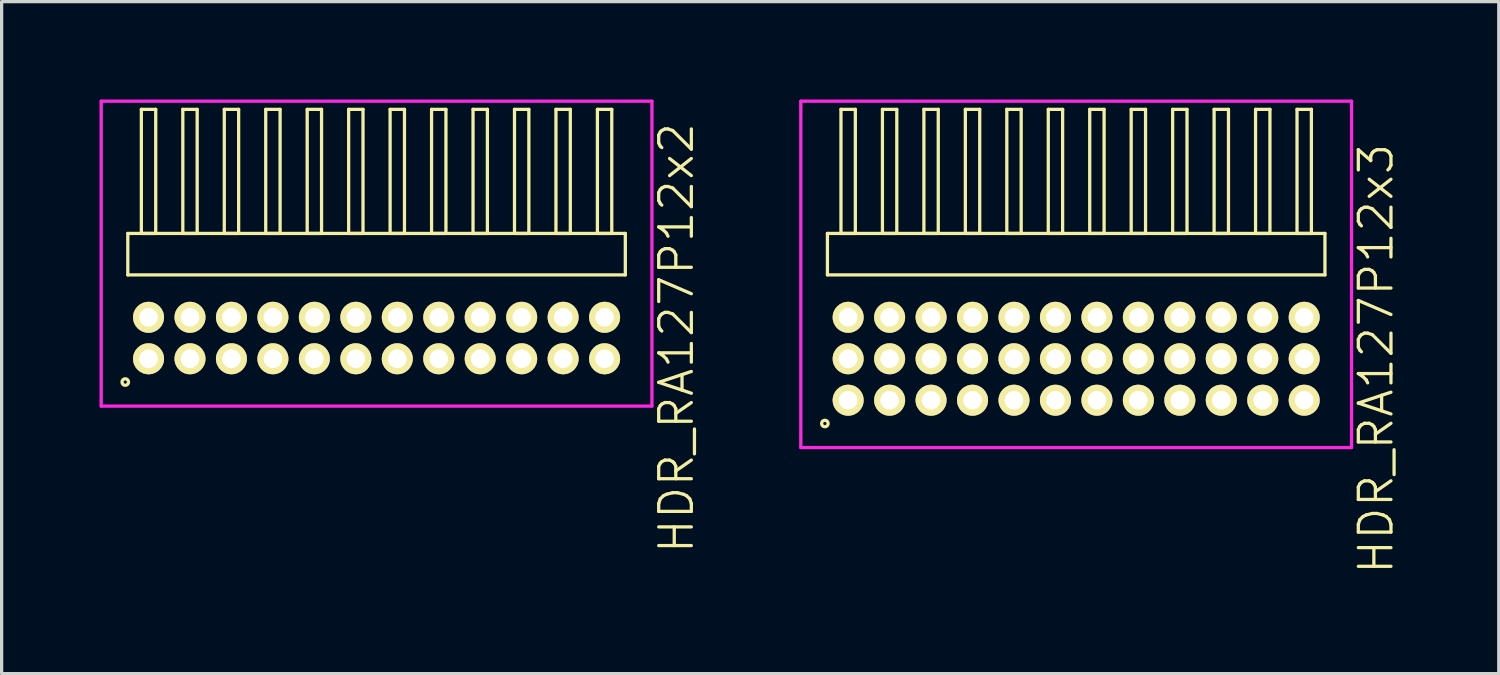
<source format=kicad_pcb>
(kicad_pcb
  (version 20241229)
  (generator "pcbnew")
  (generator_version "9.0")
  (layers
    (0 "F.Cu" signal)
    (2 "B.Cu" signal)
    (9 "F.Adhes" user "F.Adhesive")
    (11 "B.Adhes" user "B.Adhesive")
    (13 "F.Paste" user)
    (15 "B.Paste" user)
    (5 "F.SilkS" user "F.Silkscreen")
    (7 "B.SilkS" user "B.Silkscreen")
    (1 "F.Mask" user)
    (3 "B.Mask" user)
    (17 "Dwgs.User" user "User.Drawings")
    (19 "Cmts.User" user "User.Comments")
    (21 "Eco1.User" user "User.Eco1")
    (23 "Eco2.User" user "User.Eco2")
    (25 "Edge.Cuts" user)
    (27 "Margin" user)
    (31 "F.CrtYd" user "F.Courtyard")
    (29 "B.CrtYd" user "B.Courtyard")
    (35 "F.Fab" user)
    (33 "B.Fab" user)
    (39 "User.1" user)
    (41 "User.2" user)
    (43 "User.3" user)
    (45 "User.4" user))
  (footprint "HDR_RA127P12x3"
    (layer "F.Cu")
    (at 29.916 7.94)
    (property "Reference" "HDR_RA127P12x3" (at 9.185 0 90) (layer "F.SilkS") (effects (font (size 1 1) (thickness 0.1))))
    (attr through_hole)
    (fp_line (start -7.62 -3.84) (end -7.62 -2.57) (stroke (width 0.1) (type solid)) (layer "F.SilkS"))
    (fp_line (start -7.62 -2.57) (end 7.62 -2.57) (stroke (width 0.1) (type solid)) (layer "F.SilkS"))
    (fp_line (start -7.205 -7.64) (end -7.205 -3.84) (stroke (width 0.1) (type solid)) (layer "F.SilkS"))
    (fp_line (start -7.205 -3.84) (end -6.765 -3.84) (stroke (width 0.1) (type solid)) (layer "F.SilkS"))
    (fp_line (start -6.765 -7.64) (end -7.205 -7.64) (stroke (width 0.1) (type solid)) (layer "F.SilkS"))
    (fp_line (start -6.765 -3.84) (end -6.765 -7.64) (stroke (width 0.1) (type solid)) (layer "F.SilkS"))
    (fp_line (start -5.935 -7.64) (end -5.935 -3.84) (stroke (width 0.1) (type solid)) (layer "F.SilkS"))
    (fp_line (start -5.935 -3.84) (end -5.495 -3.84) (stroke (width 0.1) (type solid)) (layer "F.SilkS"))
    (fp_line (start -5.495 -7.64) (end -5.935 -7.64) (stroke (width 0.1) (type solid)) (layer "F.SilkS"))
    (fp_line (start -5.495 -3.84) (end -5.495 -7.64) (stroke (width 0.1) (type solid)) (layer "F.SilkS"))
    (fp_line (start -4.665 -7.64) (end -4.665 -3.84) (stroke (width 0.1) (type solid)) (layer "F.SilkS"))
    (fp_line (start -4.665 -3.84) (end -4.225 -3.84) (stroke (width 0.1) (type solid)) (layer "F.SilkS"))
    (fp_line (start -4.225 -7.64) (end -4.665 -7.64) (stroke (width 0.1) (type solid)) (layer "F.SilkS"))
    (fp_line (start -4.225 -3.84) (end -4.225 -7.64) (stroke (width 0.1) (type solid)) (layer "F.SilkS"))
    (fp_line (start -3.395 -7.64) (end -3.395 -3.84) (stroke (width 0.1) (type solid)) (layer "F.SilkS"))
    (fp_line (start -3.395 -3.84) (end -2.955 -3.84) (stroke (width 0.1) (type solid)) (layer "F.SilkS"))
    (fp_line (start -2.955 -7.64) (end -3.395 -7.64) (stroke (width 0.1) (type solid)) (layer "F.SilkS"))
    (fp_line (start -2.955 -3.84) (end -2.955 -7.64) (stroke (width 0.1) (type solid)) (layer "F.SilkS"))
    (fp_line (start -2.125 -7.64) (end -2.125 -3.84) (stroke (width 0.1) (type solid)) (layer "F.SilkS"))
    (fp_line (start -2.125 -3.84) (end -1.685 -3.84) (stroke (width 0.1) (type solid)) (layer "F.SilkS"))
    (fp_line (start -1.685 -7.64) (end -2.125 -7.64) (stroke (width 0.1) (type solid)) (layer "F.SilkS"))
    (fp_line (start -1.685 -3.84) (end -1.685 -7.64) (stroke (width 0.1) (type solid)) (layer "F.SilkS"))
    (fp_line (start -0.855 -7.64) (end -0.855 -3.84) (stroke (width 0.1) (type solid)) (layer "F.SilkS"))
    (fp_line (start -0.855 -3.84) (end -0.415 -3.84) (stroke (width 0.1) (type solid)) (layer "F.SilkS"))
    (fp_line (start -0.415 -7.64) (end -0.855 -7.64) (stroke (width 0.1) (type solid)) (layer "F.SilkS"))
    (fp_line (start -0.415 -3.84) (end -0.415 -7.64) (stroke (width 0.1) (type solid)) (layer "F.SilkS"))
    (fp_line (start 0.415 -7.64) (end 0.415 -3.84) (stroke (width 0.1) (type solid)) (layer "F.SilkS"))
    (fp_line (start 0.415 -3.84) (end 0.855 -3.84) (stroke (width 0.1) (type solid)) (layer "F.SilkS"))
    (fp_line (start 0.855 -7.64) (end 0.415 -7.64) (stroke (width 0.1) (type solid)) (layer "F.SilkS"))
    (fp_line (start 0.855 -3.84) (end 0.855 -7.64) (stroke (width 0.1) (type solid)) (layer "F.SilkS"))
    (fp_line (start 1.685 -7.64) (end 1.685 -3.84) (stroke (width 0.1) (type solid)) (layer "F.SilkS"))
    (fp_line (start 1.685 -3.84) (end 2.125 -3.84) (stroke (width 0.1) (type solid)) (layer "F.SilkS"))
    (fp_line (start 2.125 -7.64) (end 1.685 -7.64) (stroke (width 0.1) (type solid)) (layer "F.SilkS"))
    (fp_line (start 2.125 -3.84) (end 2.125 -7.64) (stroke (width 0.1) (type solid)) (layer "F.SilkS"))
    (fp_line (start 2.955 -7.64) (end 2.955 -3.84) (stroke (width 0.1) (type solid)) (layer "F.SilkS"))
    (fp_line (start 2.955 -3.84) (end 3.395 -3.84) (stroke (width 0.1) (type solid)) (layer "F.SilkS"))
    (fp_line (start 3.395 -7.64) (end 2.955 -7.64) (stroke (width 0.1) (type solid)) (layer "F.SilkS"))
    (fp_line (start 3.395 -3.84) (end 3.395 -7.64) (stroke (width 0.1) (type solid)) (layer "F.SilkS"))
    (fp_line (start 4.225 -7.64) (end 4.225 -3.84) (stroke (width 0.1) (type solid)) (layer "F.SilkS"))
    (fp_line (start 4.225 -3.84) (end 4.665 -3.84) (stroke (width 0.1) (type solid)) (layer "F.SilkS"))
    (fp_line (start 4.665 -7.64) (end 4.225 -7.64) (stroke (width 0.1) (type solid)) (layer "F.SilkS"))
    (fp_line (start 4.665 -3.84) (end 4.665 -7.64) (stroke (width 0.1) (type solid)) (layer "F.SilkS"))
    (fp_line (start 5.495 -7.64) (end 5.495 -3.84) (stroke (width 0.1) (type solid)) (layer "F.SilkS"))
    (fp_line (start 5.495 -3.84) (end 5.935 -3.84) (stroke (width 0.1) (type solid)) (layer "F.SilkS"))
    (fp_line (start 5.935 -7.64) (end 5.495 -7.64) (stroke (width 0.1) (type solid)) (layer "F.SilkS"))
    (fp_line (start 5.935 -3.84) (end 5.935 -7.64) (stroke (width 0.1) (type solid)) (layer "F.SilkS"))
    (fp_line (start 6.765 -7.64) (end 6.765 -3.84) (stroke (width 0.1) (type solid)) (layer "F.SilkS"))
    (fp_line (start 6.765 -3.84) (end 7.205 -3.84) (stroke (width 0.1) (type solid)) (layer "F.SilkS"))
    (fp_line (start 7.205 -7.64) (end 6.765 -7.64) (stroke (width 0.1) (type solid)) (layer "F.SilkS"))
    (fp_line (start 7.205 -3.84) (end 7.205 -7.64) (stroke (width 0.1) (type solid)) (layer "F.SilkS"))
    (fp_line (start 7.62 -3.84) (end -7.62 -3.84) (stroke (width 0.1) (type solid)) (layer "F.SilkS"))
    (fp_line (start 7.62 -2.57) (end 7.62 -3.84) (stroke (width 0.1) (type solid)) (layer "F.SilkS"))
    (fp_circle (center -7.698 1.983) (end -7.598 1.983) (stroke (width 0.1) (type solid)) (fill no) (layer "F.SilkS"))
    (fp_line (start -8.435 -7.89) (end -8.435 2.72) (stroke (width 0.1) (type solid)) (layer "F.CrtYd"))
    (fp_line (start -8.435 2.72) (end 8.435 2.72) (stroke (width 0.1) (type solid)) (layer "F.CrtYd"))
    (fp_line (start 8.435 -7.89) (end -8.435 -7.89) (stroke (width 0.1) (type solid)) (layer "F.CrtYd"))
    (fp_line (start 8.435 2.72) (end 8.435 -7.89) (stroke (width 0.1) (type solid)) (layer "F.CrtYd"))
    (pad "1" thru_hole oval (at -6.985 1.27) (size 0.95 0.95) (drill 0.57) (layers "*.Cu" "*.Mask" "F.SilkS"))
    (pad "2" thru_hole oval (at -6.985 0) (size 0.95 0.95) (drill 0.57) (layers "*.Cu" "*.Mask" "F.SilkS"))
    (pad "3" thru_hole oval (at -6.985 -1.27) (size 0.95 0.95) (drill 0.57) (layers "*.Cu" "*.Mask" "F.SilkS"))
    (pad "4" thru_hole oval (at -5.715 1.27) (size 0.95 0.95) (drill 0.57) (layers "*.Cu" "*.Mask" "F.SilkS"))
    (pad "5" thru_hole oval (at -5.715 0) (size 0.95 0.95) (drill 0.57) (layers "*.Cu" "*.Mask" "F.SilkS"))
    (pad "6" thru_hole oval (at -5.715 -1.27) (size 0.95 0.95) (drill 0.57) (layers "*.Cu" "*.Mask" "F.SilkS"))
    (pad "7" thru_hole oval (at -4.445 1.27) (size 0.95 0.95) (drill 0.57) (layers "*.Cu" "*.Mask" "F.SilkS"))
    (pad "8" thru_hole oval (at -4.445 0) (size 0.95 0.95) (drill 0.57) (layers "*.Cu" "*.Mask" "F.SilkS"))
    (pad "9" thru_hole oval (at -4.445 -1.27) (size 0.95 0.95) (drill 0.57) (layers "*.Cu" "*.Mask" "F.SilkS"))
    (pad "10" thru_hole oval (at -3.175 1.27) (size 0.95 0.95) (drill 0.57) (layers "*.Cu" "*.Mask" "F.SilkS"))
    (pad "11" thru_hole oval (at -3.175 0) (size 0.95 0.95) (drill 0.57) (layers "*.Cu" "*.Mask" "F.SilkS"))
    (pad "12" thru_hole oval (at -3.175 -1.27) (size 0.95 0.95) (drill 0.57) (layers "*.Cu" "*.Mask" "F.SilkS"))
    (pad "13" thru_hole oval (at -1.905 1.27) (size 0.95 0.95) (drill 0.57) (layers "*.Cu" "*.Mask" "F.SilkS"))
    (pad "14" thru_hole oval (at -1.905 0) (size 0.95 0.95) (drill 0.57) (layers "*.Cu" "*.Mask" "F.SilkS"))
    (pad "15" thru_hole oval (at -1.905 -1.27) (size 0.95 0.95) (drill 0.57) (layers "*.Cu" "*.Mask" "F.SilkS"))
    (pad "16" thru_hole oval (at -0.635 1.27) (size 0.95 0.95) (drill 0.57) (layers "*.Cu" "*.Mask" "F.SilkS"))
    (pad "17" thru_hole oval (at -0.635 0) (size 0.95 0.95) (drill 0.57) (layers "*.Cu" "*.Mask" "F.SilkS"))
    (pad "18" thru_hole oval (at -0.635 -1.27) (size 0.95 0.95) (drill 0.57) (layers "*.Cu" "*.Mask" "F.SilkS"))
    (pad "19" thru_hole oval (at 0.635 1.27) (size 0.95 0.95) (drill 0.57) (layers "*.Cu" "*.Mask" "F.SilkS"))
    (pad "20" thru_hole oval (at 0.635 0) (size 0.95 0.95) (drill 0.57) (layers "*.Cu" "*.Mask" "F.SilkS"))
    (pad "21" thru_hole oval (at 0.635 -1.27) (size 0.95 0.95) (drill 0.57) (layers "*.Cu" "*.Mask" "F.SilkS"))
    (pad "22" thru_hole oval (at 1.905 1.27) (size 0.95 0.95) (drill 0.57) (layers "*.Cu" "*.Mask" "F.SilkS"))
    (pad "23" thru_hole oval (at 1.905 0) (size 0.95 0.95) (drill 0.57) (layers "*.Cu" "*.Mask" "F.SilkS"))
    (pad "24" thru_hole oval (at 1.905 -1.27) (size 0.95 0.95) (drill 0.57) (layers "*.Cu" "*.Mask" "F.SilkS"))
    (pad "25" thru_hole oval (at 3.175 1.27) (size 0.95 0.95) (drill 0.57) (layers "*.Cu" "*.Mask" "F.SilkS"))
    (pad "26" thru_hole oval (at 3.175 0) (size 0.95 0.95) (drill 0.57) (layers "*.Cu" "*.Mask" "F.SilkS"))
    (pad "27" thru_hole oval (at 3.175 -1.27) (size 0.95 0.95) (drill 0.57) (layers "*.Cu" "*.Mask" "F.SilkS"))
    (pad "28" thru_hole oval (at 4.445 1.27) (size 0.95 0.95) (drill 0.57) (layers "*.Cu" "*.Mask" "F.SilkS"))
    (pad "29" thru_hole oval (at 4.445 0) (size 0.95 0.95) (drill 0.57) (layers "*.Cu" "*.Mask" "F.SilkS"))
    (pad "30" thru_hole oval (at 4.445 -1.27) (size 0.95 0.95) (drill 0.57) (layers "*.Cu" "*.Mask" "F.SilkS"))
    (pad "31" thru_hole oval (at 5.715 1.27) (size 0.95 0.95) (drill 0.57) (layers "*.Cu" "*.Mask" "F.SilkS"))
    (pad "32" thru_hole oval (at 5.715 0) (size 0.95 0.95) (drill 0.57) (layers "*.Cu" "*.Mask" "F.SilkS"))
    (pad "33" thru_hole oval (at 5.715 -1.27) (size 0.95 0.95) (drill 0.57) (layers "*.Cu" "*.Mask" "F.SilkS"))
    (pad "34" thru_hole oval (at 6.985 1.27) (size 0.95 0.95) (drill 0.57) (layers "*.Cu" "*.Mask" "F.SilkS"))
    (pad "35" thru_hole oval (at 6.985 0) (size 0.95 0.95) (drill 0.57) (layers "*.Cu" "*.Mask" "F.SilkS"))
    (pad "36" thru_hole oval (at 6.985 -1.27) (size 0.95 0.95) (drill 0.57) (layers "*.Cu" "*.Mask" "F.SilkS")))
  (footprint "HDR_RA127P12x2"
    (layer "F.Cu")
    (at 8.485 7.305)
    (property "Reference" "HDR_RA127P12x2" (at 9.185 0 90) (layer "F.SilkS") (effects (font (size 1 1) (thickness 0.1))))
    (attr through_hole)
    (fp_line (start -7.62 -3.205) (end -7.62 -1.935) (stroke (width 0.1) (type solid)) (layer "F.SilkS"))
    (fp_line (start -7.62 -1.935) (end 7.62 -1.935) (stroke (width 0.1) (type solid)) (layer "F.SilkS"))
    (fp_line (start -7.205 -7.005) (end -7.205 -3.205) (stroke (width 0.1) (type solid)) (layer "F.SilkS"))
    (fp_line (start -7.205 -3.205) (end -6.765 -3.205) (stroke (width 0.1) (type solid)) (layer "F.SilkS"))
    (fp_line (start -6.765 -7.005) (end -7.205 -7.005) (stroke (width 0.1) (type solid)) (layer "F.SilkS"))
    (fp_line (start -6.765 -3.205) (end -6.765 -7.005) (stroke (width 0.1) (type solid)) (layer "F.SilkS"))
    (fp_line (start -5.935 -7.005) (end -5.935 -3.205) (stroke (width 0.1) (type solid)) (layer "F.SilkS"))
    (fp_line (start -5.935 -3.205) (end -5.495 -3.205) (stroke (width 0.1) (type solid)) (layer "F.SilkS"))
    (fp_line (start -5.495 -7.005) (end -5.935 -7.005) (stroke (width 0.1) (type solid)) (layer "F.SilkS"))
    (fp_line (start -5.495 -3.205) (end -5.495 -7.005) (stroke (width 0.1) (type solid)) (layer "F.SilkS"))
    (fp_line (start -4.665 -7.005) (end -4.665 -3.205) (stroke (width 0.1) (type solid)) (layer "F.SilkS"))
    (fp_line (start -4.665 -3.205) (end -4.225 -3.205) (stroke (width 0.1) (type solid)) (layer "F.SilkS"))
    (fp_line (start -4.225 -7.005) (end -4.665 -7.005) (stroke (width 0.1) (type solid)) (layer "F.SilkS"))
    (fp_line (start -4.225 -3.205) (end -4.225 -7.005) (stroke (width 0.1) (type solid)) (layer "F.SilkS"))
    (fp_line (start -3.395 -7.005) (end -3.395 -3.205) (stroke (width 0.1) (type solid)) (layer "F.SilkS"))
    (fp_line (start -3.395 -3.205) (end -2.955 -3.205) (stroke (width 0.1) (type solid)) (layer "F.SilkS"))
    (fp_line (start -2.955 -7.005) (end -3.395 -7.005) (stroke (width 0.1) (type solid)) (layer "F.SilkS"))
    (fp_line (start -2.955 -3.205) (end -2.955 -7.005) (stroke (width 0.1) (type solid)) (layer "F.SilkS"))
    (fp_line (start -2.125 -7.005) (end -2.125 -3.205) (stroke (width 0.1) (type solid)) (layer "F.SilkS"))
    (fp_line (start -2.125 -3.205) (end -1.685 -3.205) (stroke (width 0.1) (type solid)) (layer "F.SilkS"))
    (fp_line (start -1.685 -7.005) (end -2.125 -7.005) (stroke (width 0.1) (type solid)) (layer "F.SilkS"))
    (fp_line (start -1.685 -3.205) (end -1.685 -7.005) (stroke (width 0.1) (type solid)) (layer "F.SilkS"))
    (fp_line (start -0.855 -7.005) (end -0.855 -3.205) (stroke (width 0.1) (type solid)) (layer "F.SilkS"))
    (fp_line (start -0.855 -3.205) (end -0.415 -3.205) (stroke (width 0.1) (type solid)) (layer "F.SilkS"))
    (fp_line (start -0.415 -7.005) (end -0.855 -7.005) (stroke (width 0.1) (type solid)) (layer "F.SilkS"))
    (fp_line (start -0.415 -3.205) (end -0.415 -7.005) (stroke (width 0.1) (type solid)) (layer "F.SilkS"))
    (fp_line (start 0.415 -7.005) (end 0.415 -3.205) (stroke (width 0.1) (type solid)) (layer "F.SilkS"))
    (fp_line (start 0.415 -3.205) (end 0.855 -3.205) (stroke (width 0.1) (type solid)) (layer "F.SilkS"))
    (fp_line (start 0.855 -7.005) (end 0.415 -7.005) (stroke (width 0.1) (type solid)) (layer "F.SilkS"))
    (fp_line (start 0.855 -3.205) (end 0.855 -7.005) (stroke (width 0.1) (type solid)) (layer "F.SilkS"))
    (fp_line (start 1.685 -7.005) (end 1.685 -3.205) (stroke (width 0.1) (type solid)) (layer "F.SilkS"))
    (fp_line (start 1.685 -3.205) (end 2.125 -3.205) (stroke (width 0.1) (type solid)) (layer "F.SilkS"))
    (fp_line (start 2.125 -7.005) (end 1.685 -7.005) (stroke (width 0.1) (type solid)) (layer "F.SilkS"))
    (fp_line (start 2.125 -3.205) (end 2.125 -7.005) (stroke (width 0.1) (type solid)) (layer "F.SilkS"))
    (fp_line (start 2.955 -7.005) (end 2.955 -3.205) (stroke (width 0.1) (type solid)) (layer "F.SilkS"))
    (fp_line (start 2.955 -3.205) (end 3.395 -3.205) (stroke (width 0.1) (type solid)) (layer "F.SilkS"))
    (fp_line (start 3.395 -7.005) (end 2.955 -7.005) (stroke (width 0.1) (type solid)) (layer "F.SilkS"))
    (fp_line (start 3.395 -3.205) (end 3.395 -7.005) (stroke (width 0.1) (type solid)) (layer "F.SilkS"))
    (fp_line (start 4.225 -7.005) (end 4.225 -3.205) (stroke (width 0.1) (type solid)) (layer "F.SilkS"))
    (fp_line (start 4.225 -3.205) (end 4.665 -3.205) (stroke (width 0.1) (type solid)) (layer "F.SilkS"))
    (fp_line (start 4.665 -7.005) (end 4.225 -7.005) (stroke (width 0.1) (type solid)) (layer "F.SilkS"))
    (fp_line (start 4.665 -3.205) (end 4.665 -7.005) (stroke (width 0.1) (type solid)) (layer "F.SilkS"))
    (fp_line (start 5.495 -7.005) (end 5.495 -3.205) (stroke (width 0.1) (type solid)) (layer "F.SilkS"))
    (fp_line (start 5.495 -3.205) (end 5.935 -3.205) (stroke (width 0.1) (type solid)) (layer "F.SilkS"))
    (fp_line (start 5.935 -7.005) (end 5.495 -7.005) (stroke (width 0.1) (type solid)) (layer "F.SilkS"))
    (fp_line (start 5.935 -3.205) (end 5.935 -7.005) (stroke (width 0.1) (type solid)) (layer "F.SilkS"))
    (fp_line (start 6.765 -7.005) (end 6.765 -3.205) (stroke (width 0.1) (type solid)) (layer "F.SilkS"))
    (fp_line (start 6.765 -3.205) (end 7.205 -3.205) (stroke (width 0.1) (type solid)) (layer "F.SilkS"))
    (fp_line (start 7.205 -7.005) (end 6.765 -7.005) (stroke (width 0.1) (type solid)) (layer "F.SilkS"))
    (fp_line (start 7.205 -3.205) (end 7.205 -7.005) (stroke (width 0.1) (type solid)) (layer "F.SilkS"))
    (fp_line (start 7.62 -3.205) (end -7.62 -3.205) (stroke (width 0.1) (type solid)) (layer "F.SilkS"))
    (fp_line (start 7.62 -1.935) (end 7.62 -3.205) (stroke (width 0.1) (type solid)) (layer "F.SilkS"))
    (fp_circle (center -7.698 1.348) (end -7.598 1.348) (stroke (width 0.1) (type solid)) (fill no) (layer "F.SilkS"))
    (fp_line (start -8.435 -7.255) (end -8.435 2.085) (stroke (width 0.1) (type solid)) (layer "F.CrtYd"))
    (fp_line (start -8.435 2.085) (end 8.435 2.085) (stroke (width 0.1) (type solid)) (layer "F.CrtYd"))
    (fp_line (start 8.435 -7.255) (end -8.435 -7.255) (stroke (width 0.1) (type solid)) (layer "F.CrtYd"))
    (fp_line (start 8.435 2.085) (end 8.435 -7.255) (stroke (width 0.1) (type solid)) (layer "F.CrtYd"))
    (pad "1" thru_hole oval (at -6.985 0.635) (size 0.95 0.95) (drill 0.57) (layers "*.Cu" "*.Mask" "F.SilkS"))
    (pad "2" thru_hole oval (at -6.985 -0.635) (size 0.95 0.95) (drill 0.57) (layers "*.Cu" "*.Mask" "F.SilkS"))
    (pad "3" thru_hole oval (at -5.715 0.635) (size 0.95 0.95) (drill 0.57) (layers "*.Cu" "*.Mask" "F.SilkS"))
    (pad "4" thru_hole oval (at -5.715 -0.635) (size 0.95 0.95) (drill 0.57) (layers "*.Cu" "*.Mask" "F.SilkS"))
    (pad "5" thru_hole oval (at -4.445 0.635) (size 0.95 0.95) (drill 0.57) (layers "*.Cu" "*.Mask" "F.SilkS"))
    (pad "6" thru_hole oval (at -4.445 -0.635) (size 0.95 0.95) (drill 0.57) (layers "*.Cu" "*.Mask" "F.SilkS"))
    (pad "7" thru_hole oval (at -3.175 0.635) (size 0.95 0.95) (drill 0.57) (layers "*.Cu" "*.Mask" "F.SilkS"))
    (pad "8" thru_hole oval (at -3.175 -0.635) (size 0.95 0.95) (drill 0.57) (layers "*.Cu" "*.Mask" "F.SilkS"))
    (pad "9" thru_hole oval (at -1.905 0.635) (size 0.95 0.95) (drill 0.57) (layers "*.Cu" "*.Mask" "F.SilkS"))
    (pad "10" thru_hole oval (at -1.905 -0.635) (size 0.95 0.95) (drill 0.57) (layers "*.Cu" "*.Mask" "F.SilkS"))
    (pad "11" thru_hole oval (at -0.635 0.635) (size 0.95 0.95) (drill 0.57) (layers "*.Cu" "*.Mask" "F.SilkS"))
    (pad "12" thru_hole oval (at -0.635 -0.635) (size 0.95 0.95) (drill 0.57) (layers "*.Cu" "*.Mask" "F.SilkS"))
    (pad "13" thru_hole oval (at 0.635 0.635) (size 0.95 0.95) (drill 0.57) (layers "*.Cu" "*.Mask" "F.SilkS"))
    (pad "14" thru_hole oval (at 0.635 -0.635) (size 0.95 0.95) (drill 0.57) (layers "*.Cu" "*.Mask" "F.SilkS"))
    (pad "15" thru_hole oval (at 1.905 0.635) (size 0.95 0.95) (drill 0.57) (layers "*.Cu" "*.Mask" "F.SilkS"))
    (pad "16" thru_hole oval (at 1.905 -0.635) (size 0.95 0.95) (drill 0.57) (layers "*.Cu" "*.Mask" "F.SilkS"))
    (pad "17" thru_hole oval (at 3.175 0.635) (size 0.95 0.95) (drill 0.57) (layers "*.Cu" "*.Mask" "F.SilkS"))
    (pad "18" thru_hole oval (at 3.175 -0.635) (size 0.95 0.95) (drill 0.57) (layers "*.Cu" "*.Mask" "F.SilkS"))
    (pad "19" thru_hole oval (at 4.445 0.635) (size 0.95 0.95) (drill 0.57) (layers "*.Cu" "*.Mask" "F.SilkS"))
    (pad "20" thru_hole oval (at 4.445 -0.635) (size 0.95 0.95) (drill 0.57) (layers "*.Cu" "*.Mask" "F.SilkS"))
    (pad "21" thru_hole oval (at 5.715 0.635) (size 0.95 0.95) (drill 0.57) (layers "*.Cu" "*.Mask" "F.SilkS"))
    (pad "22" thru_hole oval (at 5.715 -0.635) (size 0.95 0.95) (drill 0.57) (layers "*.Cu" "*.Mask" "F.SilkS"))
    (pad "23" thru_hole oval (at 6.985 0.635) (size 0.95 0.95) (drill 0.57) (layers "*.Cu" "*.Mask" "F.SilkS"))
    (pad "24" thru_hole oval (at 6.985 -0.635) (size 0.95 0.95) (drill 0.57) (layers "*.Cu" "*.Mask" "F.SilkS")))
  (gr_rect
    (start -3 -3)
    (end 42.861 17.585)
    (stroke (width 0.1) (type default))
    (fill no)
    (layer "Edge.Cuts")))
</source>
